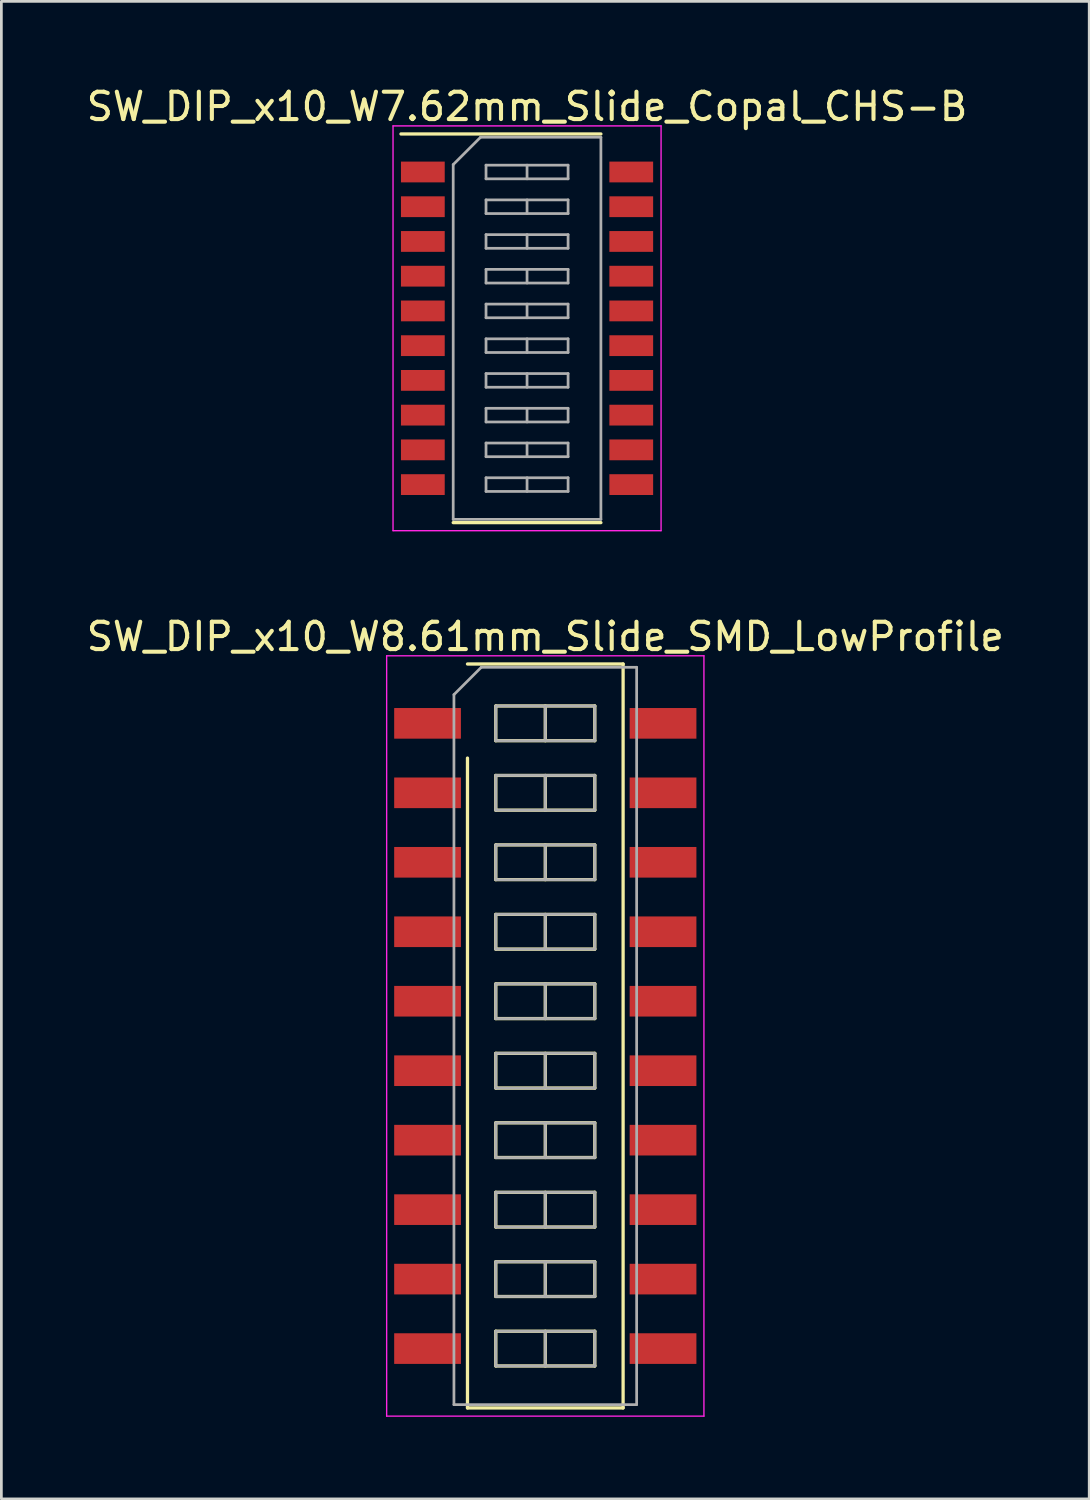
<source format=kicad_pcb>
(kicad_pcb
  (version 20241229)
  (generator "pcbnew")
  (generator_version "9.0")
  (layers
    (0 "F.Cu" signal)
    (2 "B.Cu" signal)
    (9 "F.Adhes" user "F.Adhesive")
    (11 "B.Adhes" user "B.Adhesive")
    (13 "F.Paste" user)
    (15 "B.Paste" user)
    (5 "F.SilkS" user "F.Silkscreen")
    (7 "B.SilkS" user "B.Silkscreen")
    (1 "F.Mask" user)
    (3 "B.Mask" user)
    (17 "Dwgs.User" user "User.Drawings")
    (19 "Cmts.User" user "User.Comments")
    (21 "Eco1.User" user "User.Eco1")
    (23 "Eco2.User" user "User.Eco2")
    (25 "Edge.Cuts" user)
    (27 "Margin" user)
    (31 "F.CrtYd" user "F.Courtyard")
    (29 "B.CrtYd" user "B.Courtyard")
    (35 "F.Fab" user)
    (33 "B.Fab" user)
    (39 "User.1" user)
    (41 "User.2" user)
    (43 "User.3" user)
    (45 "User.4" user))
  (footprint "SW_DIP_x10_W7.62mm_Slide_Copal_CHS-B"
    (layer "F.Cu")
    (at 16.22 8.953)
    (property "Reference" "SW_DIP_x10_W7.62mm_Slide_Copal_CHS-B" (at 0 -8.105 0) (layer "F.SilkS") (effects (font (size 1 1) (thickness 0.15))))
    (attr smd)
    (fp_line (start -4.61 -7.105) (end 2.7 -7.105) (stroke (width 0.12) (type solid)) (layer "F.SilkS"))
    (fp_line (start -2.7 7.105) (end 2.7 7.105) (stroke (width 0.12) (type solid)) (layer "F.SilkS"))
    (fp_line (start -4.9 -7.4) (end -4.9 7.4) (stroke (width 0.05) (type solid)) (layer "F.CrtYd"))
    (fp_line (start -4.9 7.4) (end 4.9 7.4) (stroke (width 0.05) (type solid)) (layer "F.CrtYd"))
    (fp_line (start 4.9 -7.4) (end -4.9 -7.4) (stroke (width 0.05) (type solid)) (layer "F.CrtYd"))
    (fp_line (start 4.9 7.4) (end 4.9 -7.4) (stroke (width 0.05) (type solid)) (layer "F.CrtYd"))
    (fp_line (start -2.7 -5.985) (end -1.7 -6.985) (stroke (width 0.1) (type solid)) (layer "F.Fab"))
    (fp_line (start -2.7 6.985) (end -2.7 -5.985) (stroke (width 0.1) (type solid)) (layer "F.Fab"))
    (fp_line (start -1.7 -6.985) (end 2.7 -6.985) (stroke (width 0.1) (type solid)) (layer "F.Fab"))
    (fp_line (start -1.5 -5.965) (end -1.5 -5.465) (stroke (width 0.1) (type solid)) (layer "F.Fab"))
    (fp_line (start -1.5 -5.465) (end 1.5 -5.465) (stroke (width 0.1) (type solid)) (layer "F.Fab"))
    (fp_line (start -1.5 -4.695) (end -1.5 -4.195) (stroke (width 0.1) (type solid)) (layer "F.Fab"))
    (fp_line (start -1.5 -4.195) (end 1.5 -4.195) (stroke (width 0.1) (type solid)) (layer "F.Fab"))
    (fp_line (start -1.5 -3.425) (end -1.5 -2.925) (stroke (width 0.1) (type solid)) (layer "F.Fab"))
    (fp_line (start -1.5 -2.925) (end 1.5 -2.925) (stroke (width 0.1) (type solid)) (layer "F.Fab"))
    (fp_line (start -1.5 -2.155) (end -1.5 -1.655) (stroke (width 0.1) (type solid)) (layer "F.Fab"))
    (fp_line (start -1.5 -1.655) (end 1.5 -1.655) (stroke (width 0.1) (type solid)) (layer "F.Fab"))
    (fp_line (start -1.5 -0.885) (end -1.5 -0.385) (stroke (width 0.1) (type solid)) (layer "F.Fab"))
    (fp_line (start -1.5 -0.385) (end 1.5 -0.385) (stroke (width 0.1) (type solid)) (layer "F.Fab"))
    (fp_line (start -1.5 0.385) (end -1.5 0.885) (stroke (width 0.1) (type solid)) (layer "F.Fab"))
    (fp_line (start -1.5 0.885) (end 1.5 0.885) (stroke (width 0.1) (type solid)) (layer "F.Fab"))
    (fp_line (start -1.5 1.655) (end -1.5 2.155) (stroke (width 0.1) (type solid)) (layer "F.Fab"))
    (fp_line (start -1.5 2.155) (end 1.5 2.155) (stroke (width 0.1) (type solid)) (layer "F.Fab"))
    (fp_line (start -1.5 2.925) (end -1.5 3.425) (stroke (width 0.1) (type solid)) (layer "F.Fab"))
    (fp_line (start -1.5 3.425) (end 1.5 3.425) (stroke (width 0.1) (type solid)) (layer "F.Fab"))
    (fp_line (start -1.5 4.195) (end -1.5 4.695) (stroke (width 0.1) (type solid)) (layer "F.Fab"))
    (fp_line (start -1.5 4.695) (end 1.5 4.695) (stroke (width 0.1) (type solid)) (layer "F.Fab"))
    (fp_line (start -1.5 5.465) (end -1.5 5.965) (stroke (width 0.1) (type solid)) (layer "F.Fab"))
    (fp_line (start -1.5 5.965) (end 1.5 5.965) (stroke (width 0.1) (type solid)) (layer "F.Fab"))
    (fp_line (start 0 -5.965) (end 0 -5.465) (stroke (width 0.1) (type solid)) (layer "F.Fab"))
    (fp_line (start 0 -4.695) (end 0 -4.195) (stroke (width 0.1) (type solid)) (layer "F.Fab"))
    (fp_line (start 0 -3.425) (end 0 -2.925) (stroke (width 0.1) (type solid)) (layer "F.Fab"))
    (fp_line (start 0 -2.155) (end 0 -1.655) (stroke (width 0.1) (type solid)) (layer "F.Fab"))
    (fp_line (start 0 -0.885) (end 0 -0.385) (stroke (width 0.1) (type solid)) (layer "F.Fab"))
    (fp_line (start 0 0.385) (end 0 0.885) (stroke (width 0.1) (type solid)) (layer "F.Fab"))
    (fp_line (start 0 1.655) (end 0 2.155) (stroke (width 0.1) (type solid)) (layer "F.Fab"))
    (fp_line (start 0 2.925) (end 0 3.425) (stroke (width 0.1) (type solid)) (layer "F.Fab"))
    (fp_line (start 0 4.195) (end 0 4.695) (stroke (width 0.1) (type solid)) (layer "F.Fab"))
    (fp_line (start 0 5.465) (end 0 5.965) (stroke (width 0.1) (type solid)) (layer "F.Fab"))
    (fp_line (start 1.5 -5.965) (end -1.5 -5.965) (stroke (width 0.1) (type solid)) (layer "F.Fab"))
    (fp_line (start 1.5 -5.465) (end 1.5 -5.965) (stroke (width 0.1) (type solid)) (layer "F.Fab"))
    (fp_line (start 1.5 -4.695) (end -1.5 -4.695) (stroke (width 0.1) (type solid)) (layer "F.Fab"))
    (fp_line (start 1.5 -4.195) (end 1.5 -4.695) (stroke (width 0.1) (type solid)) (layer "F.Fab"))
    (fp_line (start 1.5 -3.425) (end -1.5 -3.425) (stroke (width 0.1) (type solid)) (layer "F.Fab"))
    (fp_line (start 1.5 -2.925) (end 1.5 -3.425) (stroke (width 0.1) (type solid)) (layer "F.Fab"))
    (fp_line (start 1.5 -2.155) (end -1.5 -2.155) (stroke (width 0.1) (type solid)) (layer "F.Fab"))
    (fp_line (start 1.5 -1.655) (end 1.5 -2.155) (stroke (width 0.1) (type solid)) (layer "F.Fab"))
    (fp_line (start 1.5 -0.885) (end -1.5 -0.885) (stroke (width 0.1) (type solid)) (layer "F.Fab"))
    (fp_line (start 1.5 -0.385) (end 1.5 -0.885) (stroke (width 0.1) (type solid)) (layer "F.Fab"))
    (fp_line (start 1.5 0.385) (end -1.5 0.385) (stroke (width 0.1) (type solid)) (layer "F.Fab"))
    (fp_line (start 1.5 0.885) (end 1.5 0.385) (stroke (width 0.1) (type solid)) (layer "F.Fab"))
    (fp_line (start 1.5 1.655) (end -1.5 1.655) (stroke (width 0.1) (type solid)) (layer "F.Fab"))
    (fp_line (start 1.5 2.155) (end 1.5 1.655) (stroke (width 0.1) (type solid)) (layer "F.Fab"))
    (fp_line (start 1.5 2.925) (end -1.5 2.925) (stroke (width 0.1) (type solid)) (layer "F.Fab"))
    (fp_line (start 1.5 3.425) (end 1.5 2.925) (stroke (width 0.1) (type solid)) (layer "F.Fab"))
    (fp_line (start 1.5 4.195) (end -1.5 4.195) (stroke (width 0.1) (type solid)) (layer "F.Fab"))
    (fp_line (start 1.5 4.695) (end 1.5 4.195) (stroke (width 0.1) (type solid)) (layer "F.Fab"))
    (fp_line (start 1.5 5.465) (end -1.5 5.465) (stroke (width 0.1) (type solid)) (layer "F.Fab"))
    (fp_line (start 1.5 5.965) (end 1.5 5.465) (stroke (width 0.1) (type solid)) (layer "F.Fab"))
    (fp_line (start 2.7 -6.985) (end 2.7 6.985) (stroke (width 0.1) (type solid)) (layer "F.Fab"))
    (fp_line (start 2.7 6.985) (end -2.7 6.985) (stroke (width 0.1) (type solid)) (layer "F.Fab"))
    (pad "1" smd rect (at -3.81 -5.715) (size 1.6 0.76) (layers "F.Cu" "F.Mask" "F.Paste"))
    (pad "2" smd rect (at -3.81 -4.445) (size 1.6 0.76) (layers "F.Cu" "F.Mask" "F.Paste"))
    (pad "3" smd rect (at -3.81 -3.175) (size 1.6 0.76) (layers "F.Cu" "F.Mask" "F.Paste"))
    (pad "4" smd rect (at -3.81 -1.905) (size 1.6 0.76) (layers "F.Cu" "F.Mask" "F.Paste"))
    (pad "5" smd rect (at -3.81 -0.635) (size 1.6 0.76) (layers "F.Cu" "F.Mask" "F.Paste"))
    (pad "6" smd rect (at -3.81 0.635) (size 1.6 0.76) (layers "F.Cu" "F.Mask" "F.Paste"))
    (pad "7" smd rect (at -3.81 1.905) (size 1.6 0.76) (layers "F.Cu" "F.Mask" "F.Paste"))
    (pad "8" smd rect (at -3.81 3.175) (size 1.6 0.76) (layers "F.Cu" "F.Mask" "F.Paste"))
    (pad "9" smd rect (at -3.81 4.445) (size 1.6 0.76) (layers "F.Cu" "F.Mask" "F.Paste"))
    (pad "10" smd rect (at -3.81 5.715) (size 1.6 0.76) (layers "F.Cu" "F.Mask" "F.Paste"))
    (pad "11" smd rect (at 3.81 5.715) (size 1.6 0.76) (layers "F.Cu" "F.Mask" "F.Paste"))
    (pad "12" smd rect (at 3.81 4.445) (size 1.6 0.76) (layers "F.Cu" "F.Mask" "F.Paste"))
    (pad "13" smd rect (at 3.81 3.175) (size 1.6 0.76) (layers "F.Cu" "F.Mask" "F.Paste"))
    (pad "14" smd rect (at 3.81 1.905) (size 1.6 0.76) (layers "F.Cu" "F.Mask" "F.Paste"))
    (pad "15" smd rect (at 3.81 0.635) (size 1.6 0.76) (layers "F.Cu" "F.Mask" "F.Paste"))
    (pad "16" smd rect (at 3.81 -0.635) (size 1.6 0.76) (layers "F.Cu" "F.Mask" "F.Paste"))
    (pad "17" smd rect (at 3.81 -1.905) (size 1.6 0.76) (layers "F.Cu" "F.Mask" "F.Paste"))
    (pad "18" smd rect (at 3.81 -3.175) (size 1.6 0.76) (layers "F.Cu" "F.Mask" "F.Paste"))
    (pad "19" smd rect (at 3.81 -4.445) (size 1.6 0.76) (layers "F.Cu" "F.Mask" "F.Paste"))
    (pad "20" smd rect (at 3.81 -5.715) (size 1.6 0.76) (layers "F.Cu" "F.Mask" "F.Paste")))
  (footprint "SW_DIP_x10_W8.61mm_Slide_SMD_LowProfile"
    (layer "F.Cu")
    (at 16.887 34.827)
    (property "Reference" "SW_DIP_x10_W8.61mm_Slide_SMD_LowProfile" (at 0 -14.6 0) (layer "F.SilkS") (effects (font (size 1 1) (thickness 0.15))))
    (attr smd)
    (fp_line (start -2.845 -13.6) (end 2.845 -13.6) (stroke (width 0.12) (type solid)) (layer "F.SilkS"))
    (fp_line (start -2.845 13.6) (end -2.845 -10.16) (stroke (width 0.12) (type solid)) (layer "F.SilkS"))
    (fp_line (start -1.81 -12.065) (end -1.81 -10.795) (stroke (width 0.12) (type solid)) (layer "F.SilkS"))
    (fp_line (start -1.81 -10.795) (end 1.81 -10.795) (stroke (width 0.12) (type solid)) (layer "F.SilkS"))
    (fp_line (start -1.81 -9.525) (end -1.81 -8.255) (stroke (width 0.12) (type solid)) (layer "F.SilkS"))
    (fp_line (start -1.81 -8.255) (end 1.81 -8.255) (stroke (width 0.12) (type solid)) (layer "F.SilkS"))
    (fp_line (start -1.81 -6.985) (end -1.81 -5.715) (stroke (width 0.12) (type solid)) (layer "F.SilkS"))
    (fp_line (start -1.81 -5.715) (end 1.81 -5.715) (stroke (width 0.12) (type solid)) (layer "F.SilkS"))
    (fp_line (start -1.81 -4.445) (end -1.81 -3.175) (stroke (width 0.12) (type solid)) (layer "F.SilkS"))
    (fp_line (start -1.81 -3.175) (end 1.81 -3.175) (stroke (width 0.12) (type solid)) (layer "F.SilkS"))
    (fp_line (start -1.81 -1.905) (end -1.81 -0.635) (stroke (width 0.12) (type solid)) (layer "F.SilkS"))
    (fp_line (start -1.81 -0.635) (end 1.81 -0.635) (stroke (width 0.12) (type solid)) (layer "F.SilkS"))
    (fp_line (start -1.81 0.635) (end -1.81 1.905) (stroke (width 0.12) (type solid)) (layer "F.SilkS"))
    (fp_line (start -1.81 1.905) (end 1.81 1.905) (stroke (width 0.12) (type solid)) (layer "F.SilkS"))
    (fp_line (start -1.81 3.175) (end -1.81 4.445) (stroke (width 0.12) (type solid)) (layer "F.SilkS"))
    (fp_line (start -1.81 4.445) (end 1.81 4.445) (stroke (width 0.12) (type solid)) (layer "F.SilkS"))
    (fp_line (start -1.81 5.715) (end -1.81 6.985) (stroke (width 0.12) (type solid)) (layer "F.SilkS"))
    (fp_line (start -1.81 6.985) (end 1.81 6.985) (stroke (width 0.12) (type solid)) (layer "F.SilkS"))
    (fp_line (start -1.81 8.255) (end -1.81 9.525) (stroke (width 0.12) (type solid)) (layer "F.SilkS"))
    (fp_line (start -1.81 9.525) (end 1.81 9.525) (stroke (width 0.12) (type solid)) (layer "F.SilkS"))
    (fp_line (start -1.81 10.795) (end -1.81 12.065) (stroke (width 0.12) (type solid)) (layer "F.SilkS"))
    (fp_line (start -1.81 12.065) (end 1.81 12.065) (stroke (width 0.12) (type solid)) (layer "F.SilkS"))
    (fp_line (start 0 -12.065) (end 0 -10.795) (stroke (width 0.12) (type solid)) (layer "F.SilkS"))
    (fp_line (start 0 -9.525) (end 0 -8.255) (stroke (width 0.12) (type solid)) (layer "F.SilkS"))
    (fp_line (start 0 -6.985) (end 0 -5.715) (stroke (width 0.12) (type solid)) (layer "F.SilkS"))
    (fp_line (start 0 -4.445) (end 0 -3.175) (stroke (width 0.12) (type solid)) (layer "F.SilkS"))
    (fp_line (start 0 -1.905) (end 0 -0.635) (stroke (width 0.12) (type solid)) (layer "F.SilkS"))
    (fp_line (start 0 0.635) (end 0 1.905) (stroke (width 0.12) (type solid)) (layer "F.SilkS"))
    (fp_line (start 0 3.175) (end 0 4.445) (stroke (width 0.12) (type solid)) (layer "F.SilkS"))
    (fp_line (start 0 5.715) (end 0 6.985) (stroke (width 0.12) (type solid)) (layer "F.SilkS"))
    (fp_line (start 0 8.255) (end 0 9.525) (stroke (width 0.12) (type solid)) (layer "F.SilkS"))
    (fp_line (start 0 10.795) (end 0 12.065) (stroke (width 0.12) (type solid)) (layer "F.SilkS"))
    (fp_line (start 1.81 -12.065) (end -1.81 -12.065) (stroke (width 0.12) (type solid)) (layer "F.SilkS"))
    (fp_line (start 1.81 -10.795) (end 1.81 -12.065) (stroke (width 0.12) (type solid)) (layer "F.SilkS"))
    (fp_line (start 1.81 -9.525) (end -1.81 -9.525) (stroke (width 0.12) (type solid)) (layer "F.SilkS"))
    (fp_line (start 1.81 -8.255) (end 1.81 -9.525) (stroke (width 0.12) (type solid)) (layer "F.SilkS"))
    (fp_line (start 1.81 -6.985) (end -1.81 -6.985) (stroke (width 0.12) (type solid)) (layer "F.SilkS"))
    (fp_line (start 1.81 -5.715) (end 1.81 -6.985) (stroke (width 0.12) (type solid)) (layer "F.SilkS"))
    (fp_line (start 1.81 -4.445) (end -1.81 -4.445) (stroke (width 0.12) (type solid)) (layer "F.SilkS"))
    (fp_line (start 1.81 -3.175) (end 1.81 -4.445) (stroke (width 0.12) (type solid)) (layer "F.SilkS"))
    (fp_line (start 1.81 -1.905) (end -1.81 -1.905) (stroke (width 0.12) (type solid)) (layer "F.SilkS"))
    (fp_line (start 1.81 -0.635) (end 1.81 -1.905) (stroke (width 0.12) (type solid)) (layer "F.SilkS"))
    (fp_line (start 1.81 0.635) (end -1.81 0.635) (stroke (width 0.12) (type solid)) (layer "F.SilkS"))
    (fp_line (start 1.81 1.905) (end 1.81 0.635) (stroke (width 0.12) (type solid)) (layer "F.SilkS"))
    (fp_line (start 1.81 3.175) (end -1.81 3.175) (stroke (width 0.12) (type solid)) (layer "F.SilkS"))
    (fp_line (start 1.81 4.445) (end 1.81 3.175) (stroke (width 0.12) (type solid)) (layer "F.SilkS"))
    (fp_line (start 1.81 5.715) (end -1.81 5.715) (stroke (width 0.12) (type solid)) (layer "F.SilkS"))
    (fp_line (start 1.81 6.985) (end 1.81 5.715) (stroke (width 0.12) (type solid)) (layer "F.SilkS"))
    (fp_line (start 1.81 8.255) (end -1.81 8.255) (stroke (width 0.12) (type solid)) (layer "F.SilkS"))
    (fp_line (start 1.81 9.525) (end 1.81 8.255) (stroke (width 0.12) (type solid)) (layer "F.SilkS"))
    (fp_line (start 1.81 10.795) (end -1.81 10.795) (stroke (width 0.12) (type solid)) (layer "F.SilkS"))
    (fp_line (start 1.81 12.065) (end 1.81 10.795) (stroke (width 0.12) (type solid)) (layer "F.SilkS"))
    (fp_line (start 2.845 -13.6) (end 2.845 13.6) (stroke (width 0.12) (type solid)) (layer "F.SilkS"))
    (fp_line (start 2.845 13.6) (end -2.845 13.6) (stroke (width 0.12) (type solid)) (layer "F.SilkS"))
    (fp_line (start -5.8 -13.9) (end -5.8 13.9) (stroke (width 0.05) (type solid)) (layer "F.CrtYd"))
    (fp_line (start -5.8 13.9) (end 5.8 13.9) (stroke (width 0.05) (type solid)) (layer "F.CrtYd"))
    (fp_line (start 5.8 -13.9) (end -5.8 -13.9) (stroke (width 0.05) (type solid)) (layer "F.CrtYd"))
    (fp_line (start 5.8 13.9) (end 5.8 -13.9) (stroke (width 0.05) (type solid)) (layer "F.CrtYd"))
    (fp_line (start -3.34 -12.48) (end -2.34 -13.48) (stroke (width 0.1) (type solid)) (layer "F.Fab"))
    (fp_line (start -3.34 13.48) (end -3.34 -12.48) (stroke (width 0.1) (type solid)) (layer "F.Fab"))
    (fp_line (start -2.34 -13.48) (end 3.34 -13.48) (stroke (width 0.1) (type solid)) (layer "F.Fab"))
    (fp_line (start -1.81 -12.065) (end -1.81 -10.795) (stroke (width 0.1) (type solid)) (layer "F.Fab"))
    (fp_line (start -1.81 -10.795) (end 1.81 -10.795) (stroke (width 0.1) (type solid)) (layer "F.Fab"))
    (fp_line (start -1.81 -9.525) (end -1.81 -8.255) (stroke (width 0.1) (type solid)) (layer "F.Fab"))
    (fp_line (start -1.81 -8.255) (end 1.81 -8.255) (stroke (width 0.1) (type solid)) (layer "F.Fab"))
    (fp_line (start -1.81 -6.985) (end -1.81 -5.715) (stroke (width 0.1) (type solid)) (layer "F.Fab"))
    (fp_line (start -1.81 -5.715) (end 1.81 -5.715) (stroke (width 0.1) (type solid)) (layer "F.Fab"))
    (fp_line (start -1.81 -4.445) (end -1.81 -3.175) (stroke (width 0.1) (type solid)) (layer "F.Fab"))
    (fp_line (start -1.81 -3.175) (end 1.81 -3.175) (stroke (width 0.1) (type solid)) (layer "F.Fab"))
    (fp_line (start -1.81 -1.905) (end -1.81 -0.635) (stroke (width 0.1) (type solid)) (layer "F.Fab"))
    (fp_line (start -1.81 -0.635) (end 1.81 -0.635) (stroke (width 0.1) (type solid)) (layer "F.Fab"))
    (fp_line (start -1.81 0.635) (end -1.81 1.905) (stroke (width 0.1) (type solid)) (layer "F.Fab"))
    (fp_line (start -1.81 1.905) (end 1.81 1.905) (stroke (width 0.1) (type solid)) (layer "F.Fab"))
    (fp_line (start -1.81 3.175) (end -1.81 4.445) (stroke (width 0.1) (type solid)) (layer "F.Fab"))
    (fp_line (start -1.81 4.445) (end 1.81 4.445) (stroke (width 0.1) (type solid)) (layer "F.Fab"))
    (fp_line (start -1.81 5.715) (end -1.81 6.985) (stroke (width 0.1) (type solid)) (layer "F.Fab"))
    (fp_line (start -1.81 6.985) (end 1.81 6.985) (stroke (width 0.1) (type solid)) (layer "F.Fab"))
    (fp_line (start -1.81 8.255) (end -1.81 9.525) (stroke (width 0.1) (type solid)) (layer "F.Fab"))
    (fp_line (start -1.81 9.525) (end 1.81 9.525) (stroke (width 0.1) (type solid)) (layer "F.Fab"))
    (fp_line (start -1.81 10.795) (end -1.81 12.065) (stroke (width 0.1) (type solid)) (layer "F.Fab"))
    (fp_line (start -1.81 12.065) (end 1.81 12.065) (stroke (width 0.1) (type solid)) (layer "F.Fab"))
    (fp_line (start 0 -12.065) (end 0 -10.795) (stroke (width 0.1) (type solid)) (layer "F.Fab"))
    (fp_line (start 0 -9.525) (end 0 -8.255) (stroke (width 0.1) (type solid)) (layer "F.Fab"))
    (fp_line (start 0 -6.985) (end 0 -5.715) (stroke (width 0.1) (type solid)) (layer "F.Fab"))
    (fp_line (start 0 -4.445) (end 0 -3.175) (stroke (width 0.1) (type solid)) (layer "F.Fab"))
    (fp_line (start 0 -1.905) (end 0 -0.635) (stroke (width 0.1) (type solid)) (layer "F.Fab"))
    (fp_line (start 0 0.635) (end 0 1.905) (stroke (width 0.1) (type solid)) (layer "F.Fab"))
    (fp_line (start 0 3.175) (end 0 4.445) (stroke (width 0.1) (type solid)) (layer "F.Fab"))
    (fp_line (start 0 5.715) (end 0 6.985) (stroke (width 0.1) (type solid)) (layer "F.Fab"))
    (fp_line (start 0 8.255) (end 0 9.525) (stroke (width 0.1) (type solid)) (layer "F.Fab"))
    (fp_line (start 0 10.795) (end 0 12.065) (stroke (width 0.1) (type solid)) (layer "F.Fab"))
    (fp_line (start 1.81 -12.065) (end -1.81 -12.065) (stroke (width 0.1) (type solid)) (layer "F.Fab"))
    (fp_line (start 1.81 -10.795) (end 1.81 -12.065) (stroke (width 0.1) (type solid)) (layer "F.Fab"))
    (fp_line (start 1.81 -9.525) (end -1.81 -9.525) (stroke (width 0.1) (type solid)) (layer "F.Fab"))
    (fp_line (start 1.81 -8.255) (end 1.81 -9.525) (stroke (width 0.1) (type solid)) (layer "F.Fab"))
    (fp_line (start 1.81 -6.985) (end -1.81 -6.985) (stroke (width 0.1) (type solid)) (layer "F.Fab"))
    (fp_line (start 1.81 -5.715) (end 1.81 -6.985) (stroke (width 0.1) (type solid)) (layer "F.Fab"))
    (fp_line (start 1.81 -4.445) (end -1.81 -4.445) (stroke (width 0.1) (type solid)) (layer "F.Fab"))
    (fp_line (start 1.81 -3.175) (end 1.81 -4.445) (stroke (width 0.1) (type solid)) (layer "F.Fab"))
    (fp_line (start 1.81 -1.905) (end -1.81 -1.905) (stroke (width 0.1) (type solid)) (layer "F.Fab"))
    (fp_line (start 1.81 -0.635) (end 1.81 -1.905) (stroke (width 0.1) (type solid)) (layer "F.Fab"))
    (fp_line (start 1.81 0.635) (end -1.81 0.635) (stroke (width 0.1) (type solid)) (layer "F.Fab"))
    (fp_line (start 1.81 1.905) (end 1.81 0.635) (stroke (width 0.1) (type solid)) (layer "F.Fab"))
    (fp_line (start 1.81 3.175) (end -1.81 3.175) (stroke (width 0.1) (type solid)) (layer "F.Fab"))
    (fp_line (start 1.81 4.445) (end 1.81 3.175) (stroke (width 0.1) (type solid)) (layer "F.Fab"))
    (fp_line (start 1.81 5.715) (end -1.81 5.715) (stroke (width 0.1) (type solid)) (layer "F.Fab"))
    (fp_line (start 1.81 6.985) (end 1.81 5.715) (stroke (width 0.1) (type solid)) (layer "F.Fab"))
    (fp_line (start 1.81 8.255) (end -1.81 8.255) (stroke (width 0.1) (type solid)) (layer "F.Fab"))
    (fp_line (start 1.81 9.525) (end 1.81 8.255) (stroke (width 0.1) (type solid)) (layer "F.Fab"))
    (fp_line (start 1.81 10.795) (end -1.81 10.795) (stroke (width 0.1) (type solid)) (layer "F.Fab"))
    (fp_line (start 1.81 12.065) (end 1.81 10.795) (stroke (width 0.1) (type solid)) (layer "F.Fab"))
    (fp_line (start 3.34 -13.48) (end 3.34 13.48) (stroke (width 0.1) (type solid)) (layer "F.Fab"))
    (fp_line (start 3.34 13.48) (end -3.34 13.48) (stroke (width 0.1) (type solid)) (layer "F.Fab"))
    (pad "1" smd rect (at -4.305 -11.43) (size 2.44 1.12) (layers "F.Cu" "F.Mask"))
    (pad "2" smd rect (at -4.305 -8.89) (size 2.44 1.12) (layers "F.Cu" "F.Mask"))
    (pad "3" smd rect (at -4.305 -6.35) (size 2.44 1.12) (layers "F.Cu" "F.Mask"))
    (pad "4" smd rect (at -4.305 -3.81) (size 2.44 1.12) (layers "F.Cu" "F.Mask"))
    (pad "5" smd rect (at -4.305 -1.27) (size 2.44 1.12) (layers "F.Cu" "F.Mask"))
    (pad "6" smd rect (at -4.305 1.27) (size 2.44 1.12) (layers "F.Cu" "F.Mask"))
    (pad "7" smd rect (at -4.305 3.81) (size 2.44 1.12) (layers "F.Cu" "F.Mask"))
    (pad "8" smd rect (at -4.305 6.35) (size 2.44 1.12) (layers "F.Cu" "F.Mask"))
    (pad "9" smd rect (at -4.305 8.89) (size 2.44 1.12) (layers "F.Cu" "F.Mask"))
    (pad "10" smd rect (at -4.305 11.43) (size 2.44 1.12) (layers "F.Cu" "F.Mask"))
    (pad "11" smd rect (at 4.305 11.43) (size 2.44 1.12) (layers "F.Cu" "F.Mask"))
    (pad "12" smd rect (at 4.305 8.89) (size 2.44 1.12) (layers "F.Cu" "F.Mask"))
    (pad "13" smd rect (at 4.305 6.35) (size 2.44 1.12) (layers "F.Cu" "F.Mask"))
    (pad "14" smd rect (at 4.305 3.81) (size 2.44 1.12) (layers "F.Cu" "F.Mask"))
    (pad "15" smd rect (at 4.305 1.27) (size 2.44 1.12) (layers "F.Cu" "F.Mask"))
    (pad "16" smd rect (at 4.305 -1.27) (size 2.44 1.12) (layers "F.Cu" "F.Mask"))
    (pad "17" smd rect (at 4.305 -3.81) (size 2.44 1.12) (layers "F.Cu" "F.Mask"))
    (pad "18" smd rect (at 4.305 -6.35) (size 2.44 1.12) (layers "F.Cu" "F.Mask"))
    (pad "19" smd rect (at 4.305 -8.89) (size 2.44 1.12) (layers "F.Cu" "F.Mask"))
    (pad "20" smd rect (at 4.305 -11.43) (size 2.44 1.12) (layers "F.Cu" "F.Mask")))
  (gr_rect
    (start -3 -3)
    (end 36.774 51.752)
    (stroke (width 0.1) (type default))
    (fill no)
    (layer "Edge.Cuts")))
</source>
